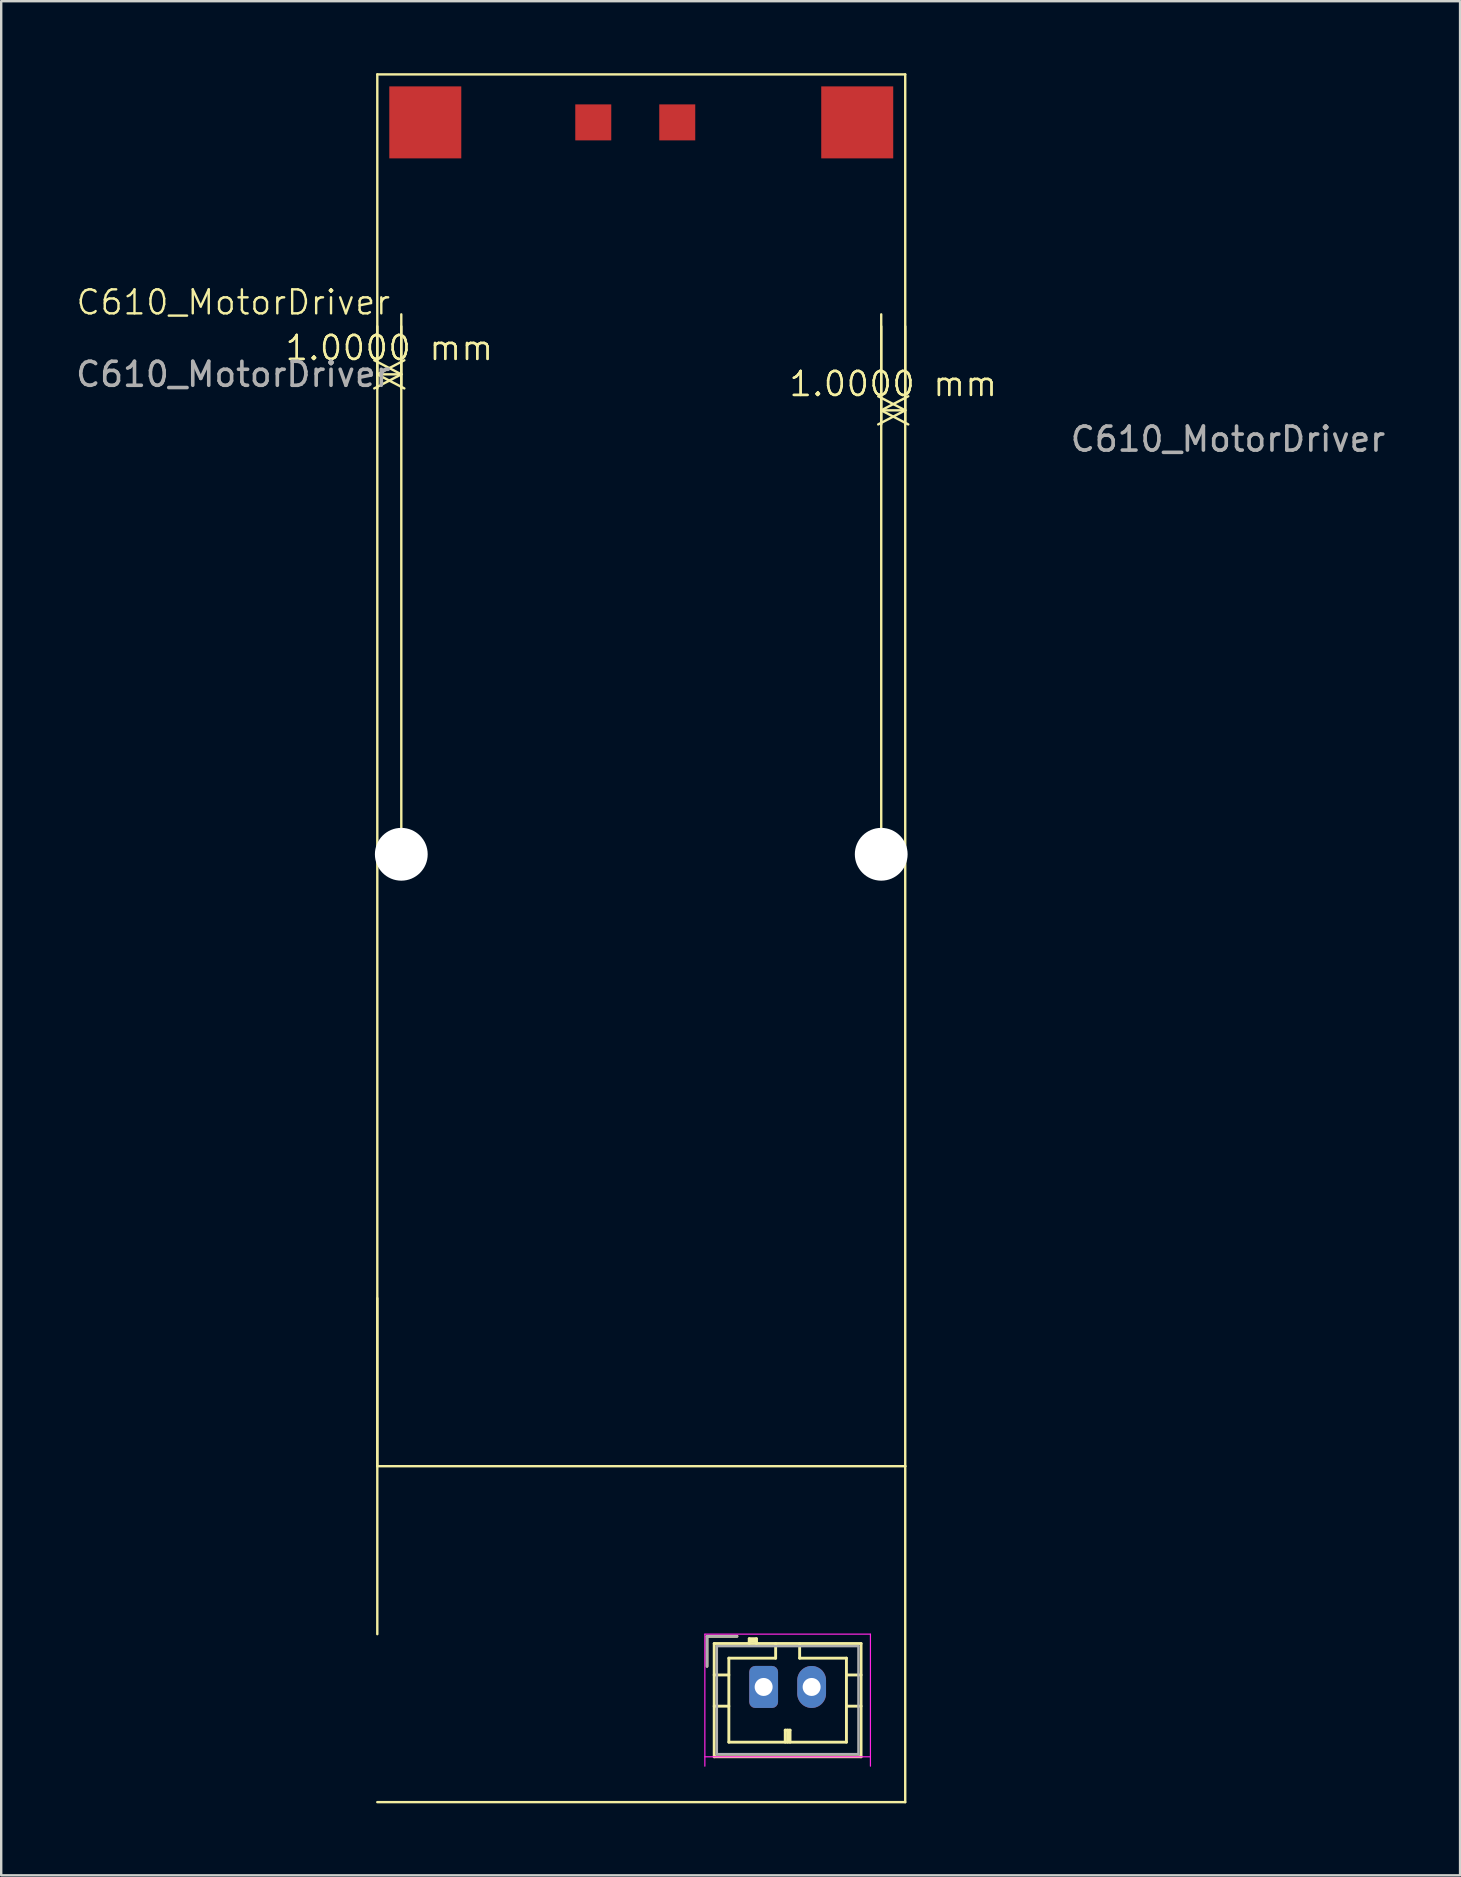
<source format=kicad_pcb>
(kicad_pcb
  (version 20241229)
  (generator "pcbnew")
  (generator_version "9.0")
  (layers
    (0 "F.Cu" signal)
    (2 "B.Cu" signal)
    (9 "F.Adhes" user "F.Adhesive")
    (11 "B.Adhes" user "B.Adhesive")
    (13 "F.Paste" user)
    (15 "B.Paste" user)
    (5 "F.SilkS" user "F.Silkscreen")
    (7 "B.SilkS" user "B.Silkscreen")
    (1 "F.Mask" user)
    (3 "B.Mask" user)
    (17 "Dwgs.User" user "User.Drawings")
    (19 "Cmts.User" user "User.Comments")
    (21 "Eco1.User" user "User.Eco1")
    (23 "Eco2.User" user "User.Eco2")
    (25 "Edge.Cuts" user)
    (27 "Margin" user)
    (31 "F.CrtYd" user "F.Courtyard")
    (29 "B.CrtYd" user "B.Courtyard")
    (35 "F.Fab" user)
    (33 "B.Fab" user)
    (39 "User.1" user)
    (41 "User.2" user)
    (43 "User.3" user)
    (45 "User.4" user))
  (footprint "C610_MotorDriver"
    (layer "F.Cu")
    (at 12.673 10.05)
    (property "Reference" "C610_MotorDriver" (at -6 -0.5 0) (unlocked yes) (layer "F.SilkS") (effects (font (size 1 1) (thickness 0.1))))
    (attr smd)
    (fp_line (start 0 -10) (end 22 -10) (stroke (width 0.1) (type default)) (layer "F.SilkS"))
    (fp_line (start 0 41) (end 0 55) (stroke (width 0.1) (type default)) (layer "F.SilkS"))
    (fp_line (start 0 48) (end 0 -10) (stroke (width 0.1) (type default)) (layer "F.SilkS"))
    (fp_line (start 0 48) (end 22 48) (stroke (width 0.1) (type default)) (layer "F.SilkS"))
    (fp_line (start 0 62) (end 22 62) (stroke (width 0.1) (type default)) (layer "F.SilkS"))
    (fp_line (start 1 0) (end 1 22.5) (stroke (width 0.1) (type default)) (layer "F.SilkS"))
    (fp_line (start 13.74 55.09) (end 13.74 56.34) (stroke (width 0.12) (type solid)) (layer "F.SilkS"))
    (fp_line (start 14.04 55.39) (end 14.04 60.11) (stroke (width 0.12) (type solid)) (layer "F.SilkS"))
    (fp_line (start 14.04 56.7) (end 14.65 56.7) (stroke (width 0.12) (type solid)) (layer "F.SilkS"))
    (fp_line (start 14.04 58) (end 14.65 58) (stroke (width 0.12) (type solid)) (layer "F.SilkS"))
    (fp_line (start 14.04 60.11) (end 20.16 60.11) (stroke (width 0.12) (type solid)) (layer "F.SilkS"))
    (fp_line (start 14.65 56) (end 14.65 59.5) (stroke (width 0.12) (type solid)) (layer "F.SilkS"))
    (fp_line (start 14.65 59.5) (end 19.55 59.5) (stroke (width 0.12) (type solid)) (layer "F.SilkS"))
    (fp_line (start 14.99 55.09) (end 13.74 55.09) (stroke (width 0.12) (type solid)) (layer "F.SilkS"))
    (fp_line (start 15.5 55.19) (end 15.5 55.39) (stroke (width 0.12) (type solid)) (layer "F.SilkS"))
    (fp_line (start 15.8 55.19) (end 15.5 55.19) (stroke (width 0.12) (type solid)) (layer "F.SilkS"))
    (fp_line (start 15.8 55.29) (end 15.5 55.29) (stroke (width 0.12) (type solid)) (layer "F.SilkS"))
    (fp_line (start 15.8 55.39) (end 15.8 55.19) (stroke (width 0.12) (type solid)) (layer "F.SilkS"))
    (fp_line (start 16.6 55.39) (end 16.6 56) (stroke (width 0.12) (type solid)) (layer "F.SilkS"))
    (fp_line (start 16.6 56) (end 14.65 56) (stroke (width 0.12) (type solid)) (layer "F.SilkS"))
    (fp_line (start 17 59) (end 17.2 59) (stroke (width 0.12) (type solid)) (layer "F.SilkS"))
    (fp_line (start 17 59.5) (end 17 59) (stroke (width 0.12) (type solid)) (layer "F.SilkS"))
    (fp_line (start 17.1 59.5) (end 17.1 59) (stroke (width 0.12) (type solid)) (layer "F.SilkS"))
    (fp_line (start 17.2 59) (end 17.2 59.5) (stroke (width 0.12) (type solid)) (layer "F.SilkS"))
    (fp_line (start 17.6 56) (end 17.6 55.39) (stroke (width 0.12) (type solid)) (layer "F.SilkS"))
    (fp_line (start 19.55 56) (end 17.6 56) (stroke (width 0.12) (type solid)) (layer "F.SilkS"))
    (fp_line (start 19.55 59.5) (end 19.55 56) (stroke (width 0.12) (type solid)) (layer "F.SilkS"))
    (fp_line (start 20.16 55.39) (end 14.04 55.39) (stroke (width 0.12) (type solid)) (layer "F.SilkS"))
    (fp_line (start 20.16 56.7) (end 19.55 56.7) (stroke (width 0.12) (type solid)) (layer "F.SilkS"))
    (fp_line (start 20.16 58) (end 19.55 58) (stroke (width 0.12) (type solid)) (layer "F.SilkS"))
    (fp_line (start 20.16 60.11) (end 20.16 55.39) (stroke (width 0.12) (type solid)) (layer "F.SilkS"))
    (fp_line (start 21 0) (end 21 22.5) (stroke (width 0.1) (type default)) (layer "F.SilkS"))
    (fp_line (start 22 48) (end 22 -10) (stroke (width 0.1) (type default)) (layer "F.SilkS"))
    (fp_line (start 22 62) (end 22 48) (stroke (width 0.1) (type default)) (layer "F.SilkS"))
    (fp_line (start 13.65 55) (end 13.65 60.5) (stroke (width 0.05) (type solid)) (layer "F.CrtYd"))
    (fp_line (start 13.65 60.11) (end 20.55 60.11) (stroke (width 0.05) (type solid)) (layer "F.CrtYd"))
    (fp_line (start 20.55 55) (end 13.65 55) (stroke (width 0.05) (type solid)) (layer "F.CrtYd"))
    (fp_line (start 20.55 60.5) (end 20.55 55) (stroke (width 0.05) (type solid)) (layer "F.CrtYd"))
    (fp_line (start 13.74 55.09) (end 13.74 56.34) (stroke (width 0.1) (type solid)) (layer "F.Fab"))
    (fp_line (start 14.15 55.5) (end 14.15 60) (stroke (width 0.1) (type solid)) (layer "F.Fab"))
    (fp_line (start 14.15 60) (end 20.05 60) (stroke (width 0.1) (type solid)) (layer "F.Fab"))
    (fp_line (start 14.99 55.09) (end 13.74 55.09) (stroke (width 0.1) (type solid)) (layer "F.Fab"))
    (fp_line (start 20.05 55.5) (end 14.15 55.5) (stroke (width 0.1) (type solid)) (layer "F.Fab"))
    (fp_line (start 20.05 60) (end 20.05 55.5) (stroke (width 0.1) (type solid)) (layer "F.Fab"))
    (fp_text user "${REFERENCE}" (at -6 2.5 0) (unlocked yes) (layer "F.Fab") (effects (font (size 1 1) (thickness 0.15))))
    (fp_text user "${REFERENCE}" (at 35.45 5.2 0) (layer "F.Fab") (effects (font (size 1 1) (thickness 0.15))))
    (dimension (type aligned) (layer "F.SilkS") (pts (xy 34.673 10.05) (xy 33.673 10.05)) (height -4) (format (prefix "") (suffix "") (units 3) (units_format 1) (precision 4)) (style (thickness 0.1) (arrow_length 1.27) (text_position_mode 0) (arrow_direction outward) (extension_height 0.586) (extension_offset 0.5) (keep_text_aligned yes)) (gr_text "1.0000 mm" (at 34.173 12.95 0) (layer "F.SilkS") (effects (font (size 1 1) (thickness 0.1)))))
    (dimension (type aligned) (layer "F.SilkS") (pts (xy 12.673 10.05) (xy 13.673 10.05)) (height 2.5) (format (prefix "") (suffix "") (units 3) (units_format 1) (precision 4)) (style (thickness 0.1) (arrow_length 1.27) (text_position_mode 0) (arrow_direction outward) (extension_height 0.586) (extension_offset 0.5) (keep_text_aligned yes)) (gr_text "1.0000 mm" (at 13.173 11.45 0) (layer "F.SilkS") (effects (font (size 1 1) (thickness 0.1)))))
    (pad "" np_thru_hole circle (at 1 22.5) (size 2.2 2.2) (drill 2.2) (layers "*.Cu" "*.Mask"))
    (pad "" np_thru_hole circle (at 21 22.5) (size 2.2 2.2) (drill 2.2) (layers "*.Cu" "*.Mask"))
    (pad "1" thru_hole roundrect (at 16.1 57.2) (size 1.2 1.75) (drill 0.75) (layers "*.Cu" "*.Mask") (roundrect_rratio 0.208))
    (pad "2" thru_hole oval (at 18.1 57.2) (size 1.2 1.75) (drill 0.75) (layers "*.Cu" "*.Mask"))
    (pad "Can1" smd rect (at 9 -8) (size 1.5 1.5) (layers "F.Cu" "F.Mask" "F.Paste"))
    (pad "Can2" smd rect (at 12.5 -8) (size 1.5 1.5) (layers "F.Cu" "F.Mask" "F.Paste"))
    (pad "Power1" smd rect (at 2 -8) (size 3 3) (layers "F.Cu" "F.Mask" "F.Paste"))
    (pad "Power2" smd rect (at 20 -8) (size 3 3) (layers "F.Cu" "F.Mask" "F.Paste"))
    (zone (net_name "") (layer "F.SilkS") (hatch edge 0.5) (connect_pads) (min_thickness 0.25) (filled_areas_thickness no) (keepout (tracks not_allowed) (vias not_allowed) (pads not_allowed) (copperpour not_allowed) (footprints allowed)) (placement (enabled no)) (fill) (polygon (pts (xy 12.673 31.05) (xy 15.173 31.05) (xy 15.173 34.05) (xy 12.673 34.05))))
    (zone (net_name "") (layer "F.SilkS") (hatch edge 0.5) (connect_pads) (min_thickness 0.25) (filled_areas_thickness no) (keepout (tracks not_allowed) (vias not_allowed) (pads not_allowed) (copperpour not_allowed) (footprints allowed)) (placement (enabled no)) (fill) (polygon (pts (xy 32.173 31.05) (xy 34.673 31.05) (xy 34.673 34.05) (xy 32.173 34.05)))))
  (gr_rect
    (start -3 -3)
    (end 57.795 75.1)
    (stroke (width 0.1) (type default))
    (fill no)
    (layer "Edge.Cuts")))
</source>
